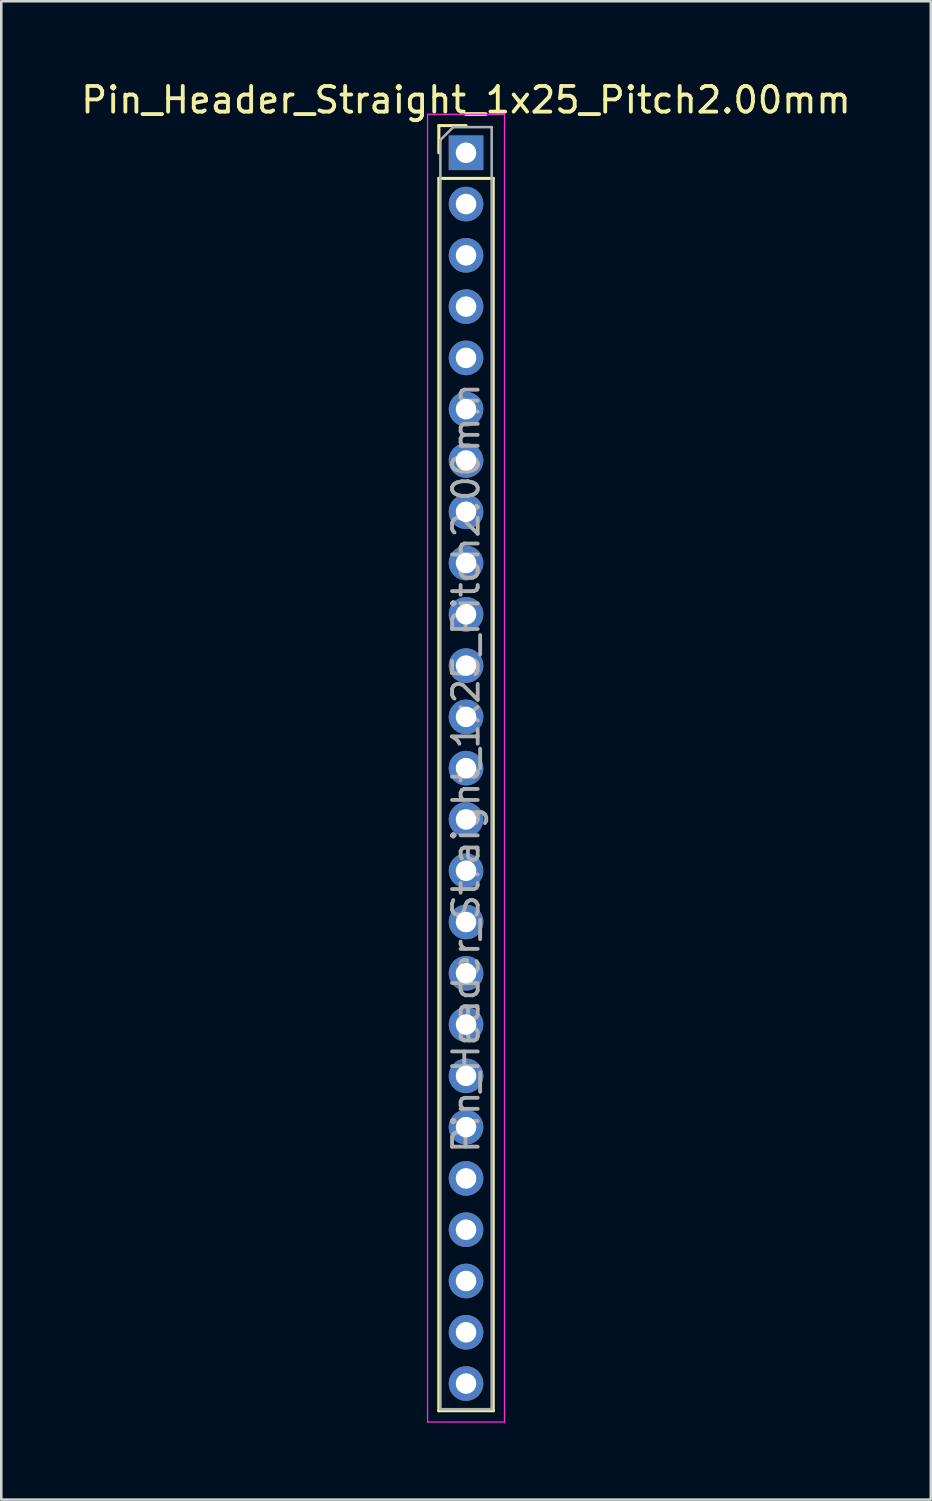
<source format=kicad_pcb>
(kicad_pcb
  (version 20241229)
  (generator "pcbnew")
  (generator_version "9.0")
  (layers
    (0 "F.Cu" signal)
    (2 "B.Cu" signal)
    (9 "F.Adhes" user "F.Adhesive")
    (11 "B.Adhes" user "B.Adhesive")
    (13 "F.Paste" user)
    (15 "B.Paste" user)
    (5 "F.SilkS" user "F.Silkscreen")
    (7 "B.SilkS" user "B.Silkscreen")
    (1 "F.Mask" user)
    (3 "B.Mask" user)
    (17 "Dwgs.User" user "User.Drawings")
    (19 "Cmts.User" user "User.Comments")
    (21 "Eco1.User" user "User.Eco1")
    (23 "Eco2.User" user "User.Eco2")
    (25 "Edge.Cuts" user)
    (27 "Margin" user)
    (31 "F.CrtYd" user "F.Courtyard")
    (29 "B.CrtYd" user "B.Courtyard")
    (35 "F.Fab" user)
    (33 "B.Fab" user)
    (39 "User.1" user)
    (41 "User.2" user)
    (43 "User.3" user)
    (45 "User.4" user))
  (footprint "Pin_Header_Straight_1x25_Pitch2.00mm"
    (layer "F.Cu")
    (at 15.125 2.908)
    (property "Reference" "Pin_Header_Straight_1x25_Pitch2.00mm" (at 0 -2.06 0) (layer "F.SilkS") (effects (font (size 1 1) (thickness 0.15))))
    (attr through_hole)
    (fp_line (start -1.06 -1.06) (end 0 -1.06) (stroke (width 0.12) (type solid)) (layer "F.SilkS"))
    (fp_line (start -1.06 0) (end -1.06 -1.06) (stroke (width 0.12) (type solid)) (layer "F.SilkS"))
    (fp_line (start -1.06 1) (end -1.06 49.06) (stroke (width 0.12) (type solid)) (layer "F.SilkS"))
    (fp_line (start -1.06 1) (end 1.06 1) (stroke (width 0.12) (type solid)) (layer "F.SilkS"))
    (fp_line (start -1.06 49.06) (end 1.06 49.06) (stroke (width 0.12) (type solid)) (layer "F.SilkS"))
    (fp_line (start 1.06 1) (end 1.06 49.06) (stroke (width 0.12) (type solid)) (layer "F.SilkS"))
    (fp_line (start -1.5 -1.5) (end -1.5 49.5) (stroke (width 0.05) (type solid)) (layer "F.CrtYd"))
    (fp_line (start -1.5 49.5) (end 1.5 49.5) (stroke (width 0.05) (type solid)) (layer "F.CrtYd"))
    (fp_line (start 1.5 -1.5) (end -1.5 -1.5) (stroke (width 0.05) (type solid)) (layer "F.CrtYd"))
    (fp_line (start 1.5 49.5) (end 1.5 -1.5) (stroke (width 0.05) (type solid)) (layer "F.CrtYd"))
    (fp_line (start -1 -0.5) (end -0.5 -1) (stroke (width 0.1) (type solid)) (layer "F.Fab"))
    (fp_line (start -1 49) (end -1 -0.5) (stroke (width 0.1) (type solid)) (layer "F.Fab"))
    (fp_line (start -0.5 -1) (end 1 -1) (stroke (width 0.1) (type solid)) (layer "F.Fab"))
    (fp_line (start 1 -1) (end 1 49) (stroke (width 0.1) (type solid)) (layer "F.Fab"))
    (fp_line (start 1 49) (end -1 49) (stroke (width 0.1) (type solid)) (layer "F.Fab"))
    (fp_text user "${REFERENCE}" (at 0 24 90) (layer "F.Fab") (effects (font (size 1 1) (thickness 0.15))))
    (pad "1" thru_hole rect (at 0 0) (size 1.35 1.35) (drill 0.8) (layers "*.Cu" "*.Mask"))
    (pad "2" thru_hole oval (at 0 2) (size 1.35 1.35) (drill 0.8) (layers "*.Cu" "*.Mask"))
    (pad "3" thru_hole oval (at 0 4) (size 1.35 1.35) (drill 0.8) (layers "*.Cu" "*.Mask"))
    (pad "4" thru_hole oval (at 0 6) (size 1.35 1.35) (drill 0.8) (layers "*.Cu" "*.Mask"))
    (pad "5" thru_hole oval (at 0 8) (size 1.35 1.35) (drill 0.8) (layers "*.Cu" "*.Mask"))
    (pad "6" thru_hole oval (at 0 10) (size 1.35 1.35) (drill 0.8) (layers "*.Cu" "*.Mask"))
    (pad "7" thru_hole oval (at 0 12) (size 1.35 1.35) (drill 0.8) (layers "*.Cu" "*.Mask"))
    (pad "8" thru_hole oval (at 0 14) (size 1.35 1.35) (drill 0.8) (layers "*.Cu" "*.Mask"))
    (pad "9" thru_hole oval (at 0 16) (size 1.35 1.35) (drill 0.8) (layers "*.Cu" "*.Mask"))
    (pad "10" thru_hole oval (at 0 18) (size 1.35 1.35) (drill 0.8) (layers "*.Cu" "*.Mask"))
    (pad "11" thru_hole oval (at 0 20) (size 1.35 1.35) (drill 0.8) (layers "*.Cu" "*.Mask"))
    (pad "12" thru_hole oval (at 0 22) (size 1.35 1.35) (drill 0.8) (layers "*.Cu" "*.Mask"))
    (pad "13" thru_hole oval (at 0 24) (size 1.35 1.35) (drill 0.8) (layers "*.Cu" "*.Mask"))
    (pad "14" thru_hole oval (at 0 26) (size 1.35 1.35) (drill 0.8) (layers "*.Cu" "*.Mask"))
    (pad "15" thru_hole oval (at 0 28) (size 1.35 1.35) (drill 0.8) (layers "*.Cu" "*.Mask"))
    (pad "16" thru_hole oval (at 0 30) (size 1.35 1.35) (drill 0.8) (layers "*.Cu" "*.Mask"))
    (pad "17" thru_hole oval (at 0 32) (size 1.35 1.35) (drill 0.8) (layers "*.Cu" "*.Mask"))
    (pad "18" thru_hole oval (at 0 34) (size 1.35 1.35) (drill 0.8) (layers "*.Cu" "*.Mask"))
    (pad "19" thru_hole oval (at 0 36) (size 1.35 1.35) (drill 0.8) (layers "*.Cu" "*.Mask"))
    (pad "20" thru_hole oval (at 0 38) (size 1.35 1.35) (drill 0.8) (layers "*.Cu" "*.Mask"))
    (pad "21" thru_hole oval (at 0 40) (size 1.35 1.35) (drill 0.8) (layers "*.Cu" "*.Mask"))
    (pad "22" thru_hole oval (at 0 42) (size 1.35 1.35) (drill 0.8) (layers "*.Cu" "*.Mask"))
    (pad "23" thru_hole oval (at 0 44) (size 1.35 1.35) (drill 0.8) (layers "*.Cu" "*.Mask"))
    (pad "24" thru_hole oval (at 0 46) (size 1.35 1.35) (drill 0.8) (layers "*.Cu" "*.Mask"))
    (pad "25" thru_hole oval (at 0 48) (size 1.35 1.35) (drill 0.8) (layers "*.Cu" "*.Mask")))
  (gr_rect
    (start -3 -3)
    (end 33.25 55.433)
    (stroke (width 0.1) (type default))
    (fill no)
    (layer "Edge.Cuts")))
</source>
